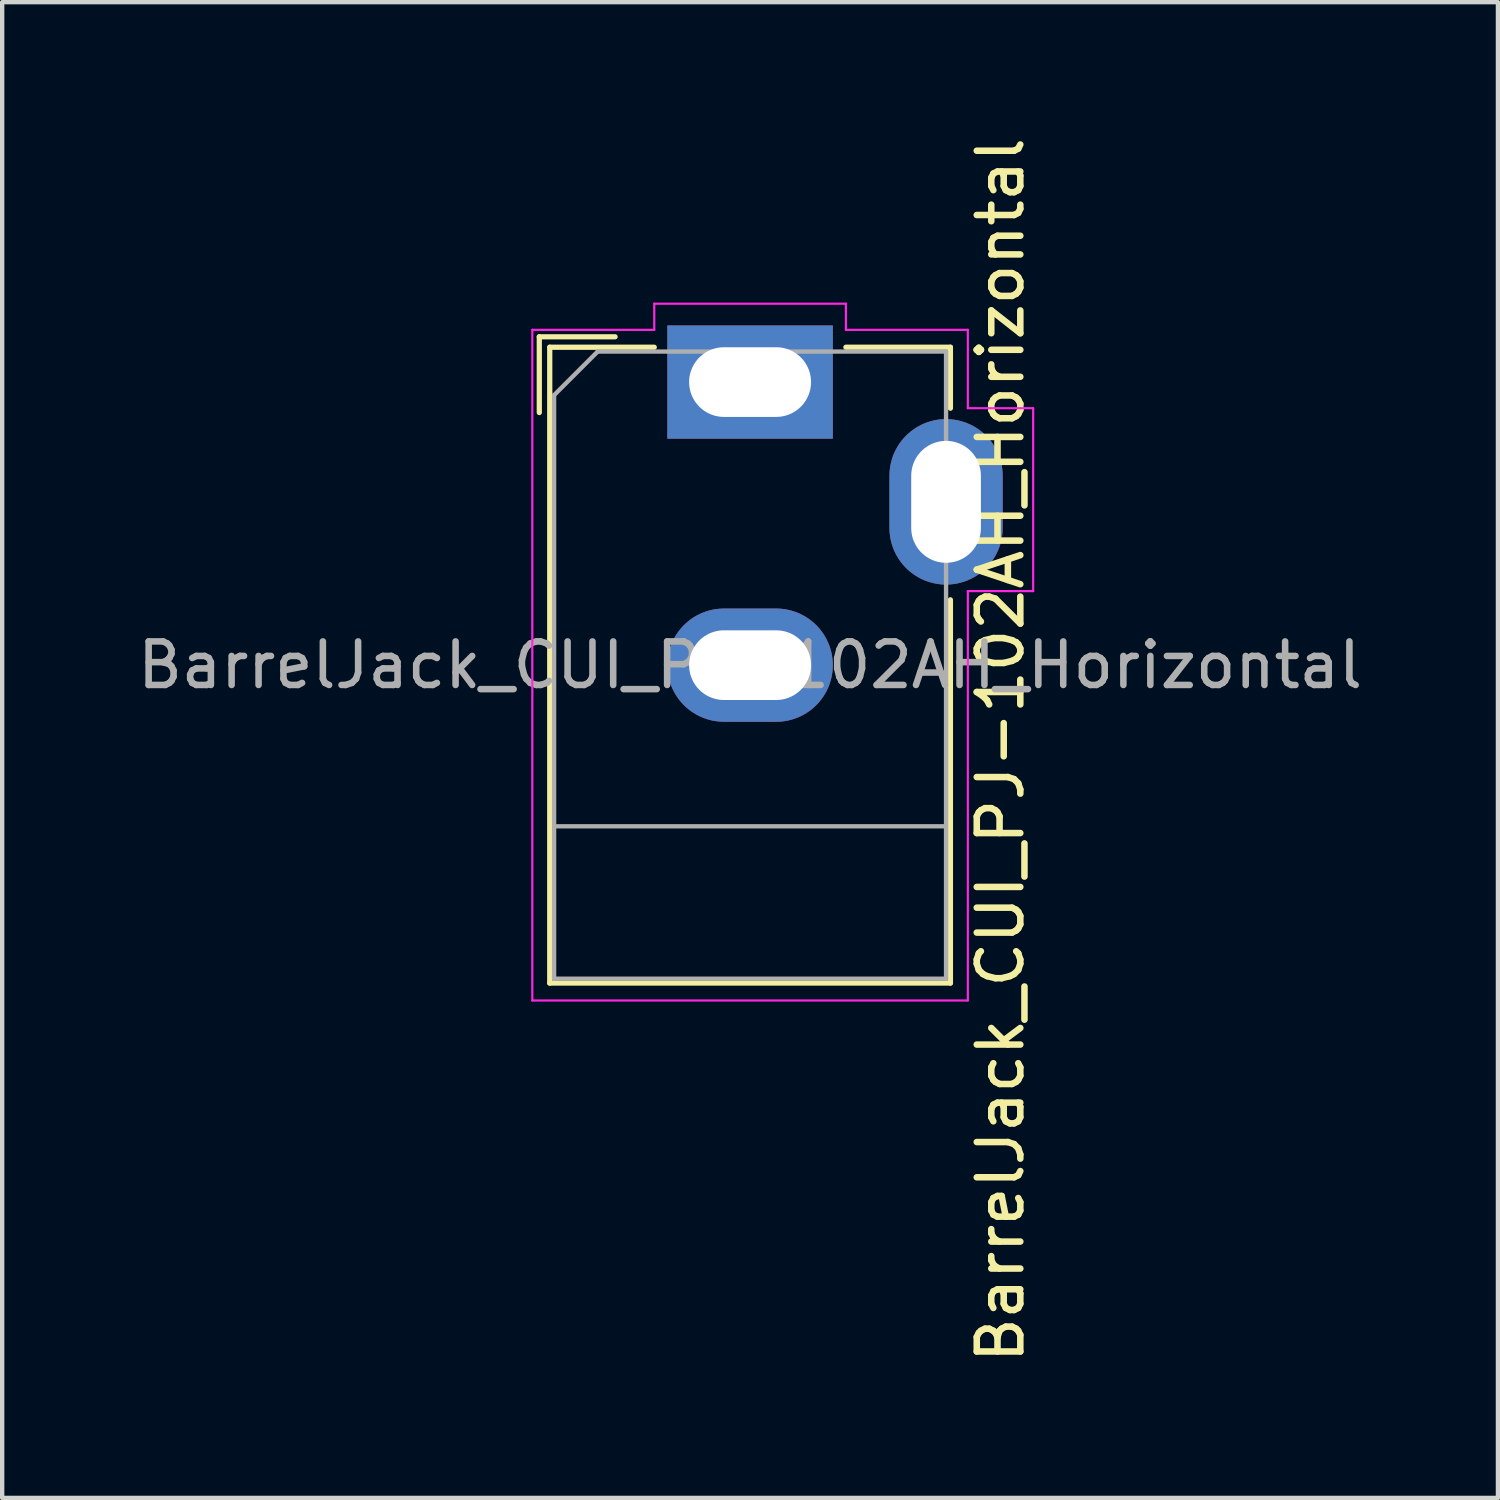
<source format=kicad_pcb>
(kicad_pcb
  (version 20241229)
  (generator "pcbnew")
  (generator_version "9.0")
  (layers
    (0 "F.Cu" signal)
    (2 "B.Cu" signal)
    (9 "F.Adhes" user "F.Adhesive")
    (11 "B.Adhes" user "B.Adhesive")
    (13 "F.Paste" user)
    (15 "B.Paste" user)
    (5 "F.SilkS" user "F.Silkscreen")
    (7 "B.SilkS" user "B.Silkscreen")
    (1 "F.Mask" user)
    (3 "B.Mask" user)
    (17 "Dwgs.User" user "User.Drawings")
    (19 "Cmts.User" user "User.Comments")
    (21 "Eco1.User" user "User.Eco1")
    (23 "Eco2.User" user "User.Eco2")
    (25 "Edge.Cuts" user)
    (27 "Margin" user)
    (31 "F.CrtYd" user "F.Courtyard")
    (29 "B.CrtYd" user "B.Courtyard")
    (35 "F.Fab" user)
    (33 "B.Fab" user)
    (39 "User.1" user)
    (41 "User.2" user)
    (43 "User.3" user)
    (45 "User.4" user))
  (footprint "BarrelJack_CUI_PJ-102AH_Horizontal"
    (layer "F.Cu")
    (at 14.173 5.723)
    (property "Reference" "BarrelJack_CUI_PJ-102AH_Horizontal" (at 5.75 8.45 90) (layer "F.SilkS") (effects (font (size 1 1) (thickness 0.15))))
    (attr through_hole)
    (fp_line (start -4.84 -1.04) (end -3.1 -1.04) (stroke (width 0.12) (type solid)) (layer "F.SilkS"))
    (fp_line (start -4.84 0.7) (end -4.84 -1.04) (stroke (width 0.12) (type solid)) (layer "F.SilkS"))
    (fp_line (start -4.6 -0.8) (end -2.2 -0.8) (stroke (width 0.12) (type solid)) (layer "F.SilkS"))
    (fp_line (start -4.6 13.8) (end -4.6 -0.8) (stroke (width 0.12) (type solid)) (layer "F.SilkS"))
    (fp_line (start 2.2 -0.8) (end 4.6 -0.8) (stroke (width 0.12) (type solid)) (layer "F.SilkS"))
    (fp_line (start 4.6 -0.8) (end 4.6 0.6) (stroke (width 0.12) (type solid)) (layer "F.SilkS"))
    (fp_line (start 4.6 5) (end 4.6 13.8) (stroke (width 0.12) (type solid)) (layer "F.SilkS"))
    (fp_line (start 4.6 13.8) (end -4.6 13.8) (stroke (width 0.12) (type solid)) (layer "F.SilkS"))
    (fp_line (start -5 -1.2) (end -2.2 -1.2) (stroke (width 0.05) (type solid)) (layer "F.CrtYd"))
    (fp_line (start -5 14.2) (end -5 -1.2) (stroke (width 0.05) (type solid)) (layer "F.CrtYd"))
    (fp_line (start -2.2 -1.8) (end 2.2 -1.8) (stroke (width 0.05) (type solid)) (layer "F.CrtYd"))
    (fp_line (start -2.2 -1.2) (end -2.2 -1.8) (stroke (width 0.05) (type solid)) (layer "F.CrtYd"))
    (fp_line (start 2.2 -1.8) (end 2.2 -1.2) (stroke (width 0.05) (type solid)) (layer "F.CrtYd"))
    (fp_line (start 2.2 -1.2) (end 5 -1.2) (stroke (width 0.05) (type solid)) (layer "F.CrtYd"))
    (fp_line (start 5 -1.2) (end 5 0.6) (stroke (width 0.05) (type solid)) (layer "F.CrtYd"))
    (fp_line (start 5 0.6) (end 6.5 0.6) (stroke (width 0.05) (type solid)) (layer "F.CrtYd"))
    (fp_line (start 5 4.8) (end 5 14.2) (stroke (width 0.05) (type solid)) (layer "F.CrtYd"))
    (fp_line (start 5 14.2) (end -5 14.2) (stroke (width 0.05) (type solid)) (layer "F.CrtYd"))
    (fp_line (start 6.5 0.6) (end 6.5 4.8) (stroke (width 0.05) (type solid)) (layer "F.CrtYd"))
    (fp_line (start 6.5 4.8) (end 5 4.8) (stroke (width 0.05) (type solid)) (layer "F.CrtYd"))
    (fp_line (start -4.5 0.3) (end -3.5 -0.7) (stroke (width 0.1) (type solid)) (layer "F.Fab"))
    (fp_line (start -4.5 10.2) (end 4.5 10.2) (stroke (width 0.1) (type solid)) (layer "F.Fab"))
    (fp_line (start -4.5 13.7) (end -4.5 0.3) (stroke (width 0.1) (type solid)) (layer "F.Fab"))
    (fp_line (start -3.5 -0.7) (end 4.5 -0.7) (stroke (width 0.1) (type solid)) (layer "F.Fab"))
    (fp_line (start 4.5 -0.7) (end 4.5 13.7) (stroke (width 0.1) (type solid)) (layer "F.Fab"))
    (fp_line (start 4.5 13.7) (end -4.5 13.7) (stroke (width 0.1) (type solid)) (layer "F.Fab"))
    (fp_text user "${REFERENCE}" (at 0 6.5 0) (layer "F.Fab") (effects (font (size 1 1) (thickness 0.15))))
    (pad "1" thru_hole rect (at 0 0) (size 3.8 2.6) (drill oval 2.8 1.6) (layers "*.Cu" "*.Mask"))
    (pad "2" thru_hole oval (at 0 6.5) (size 3.8 2.6) (drill oval 2.8 1.6) (layers "*.Cu" "*.Mask"))
    (pad "3" thru_hole oval (at 4.5 2.75) (size 2.6 3.8) (drill oval 1.6 2.8) (layers "*.Cu" "*.Mask")))
  (gr_rect
    (start -3 -3)
    (end 31.345 31.345)
    (stroke (width 0.1) (type default))
    (fill no)
    (layer "Edge.Cuts")))
</source>
